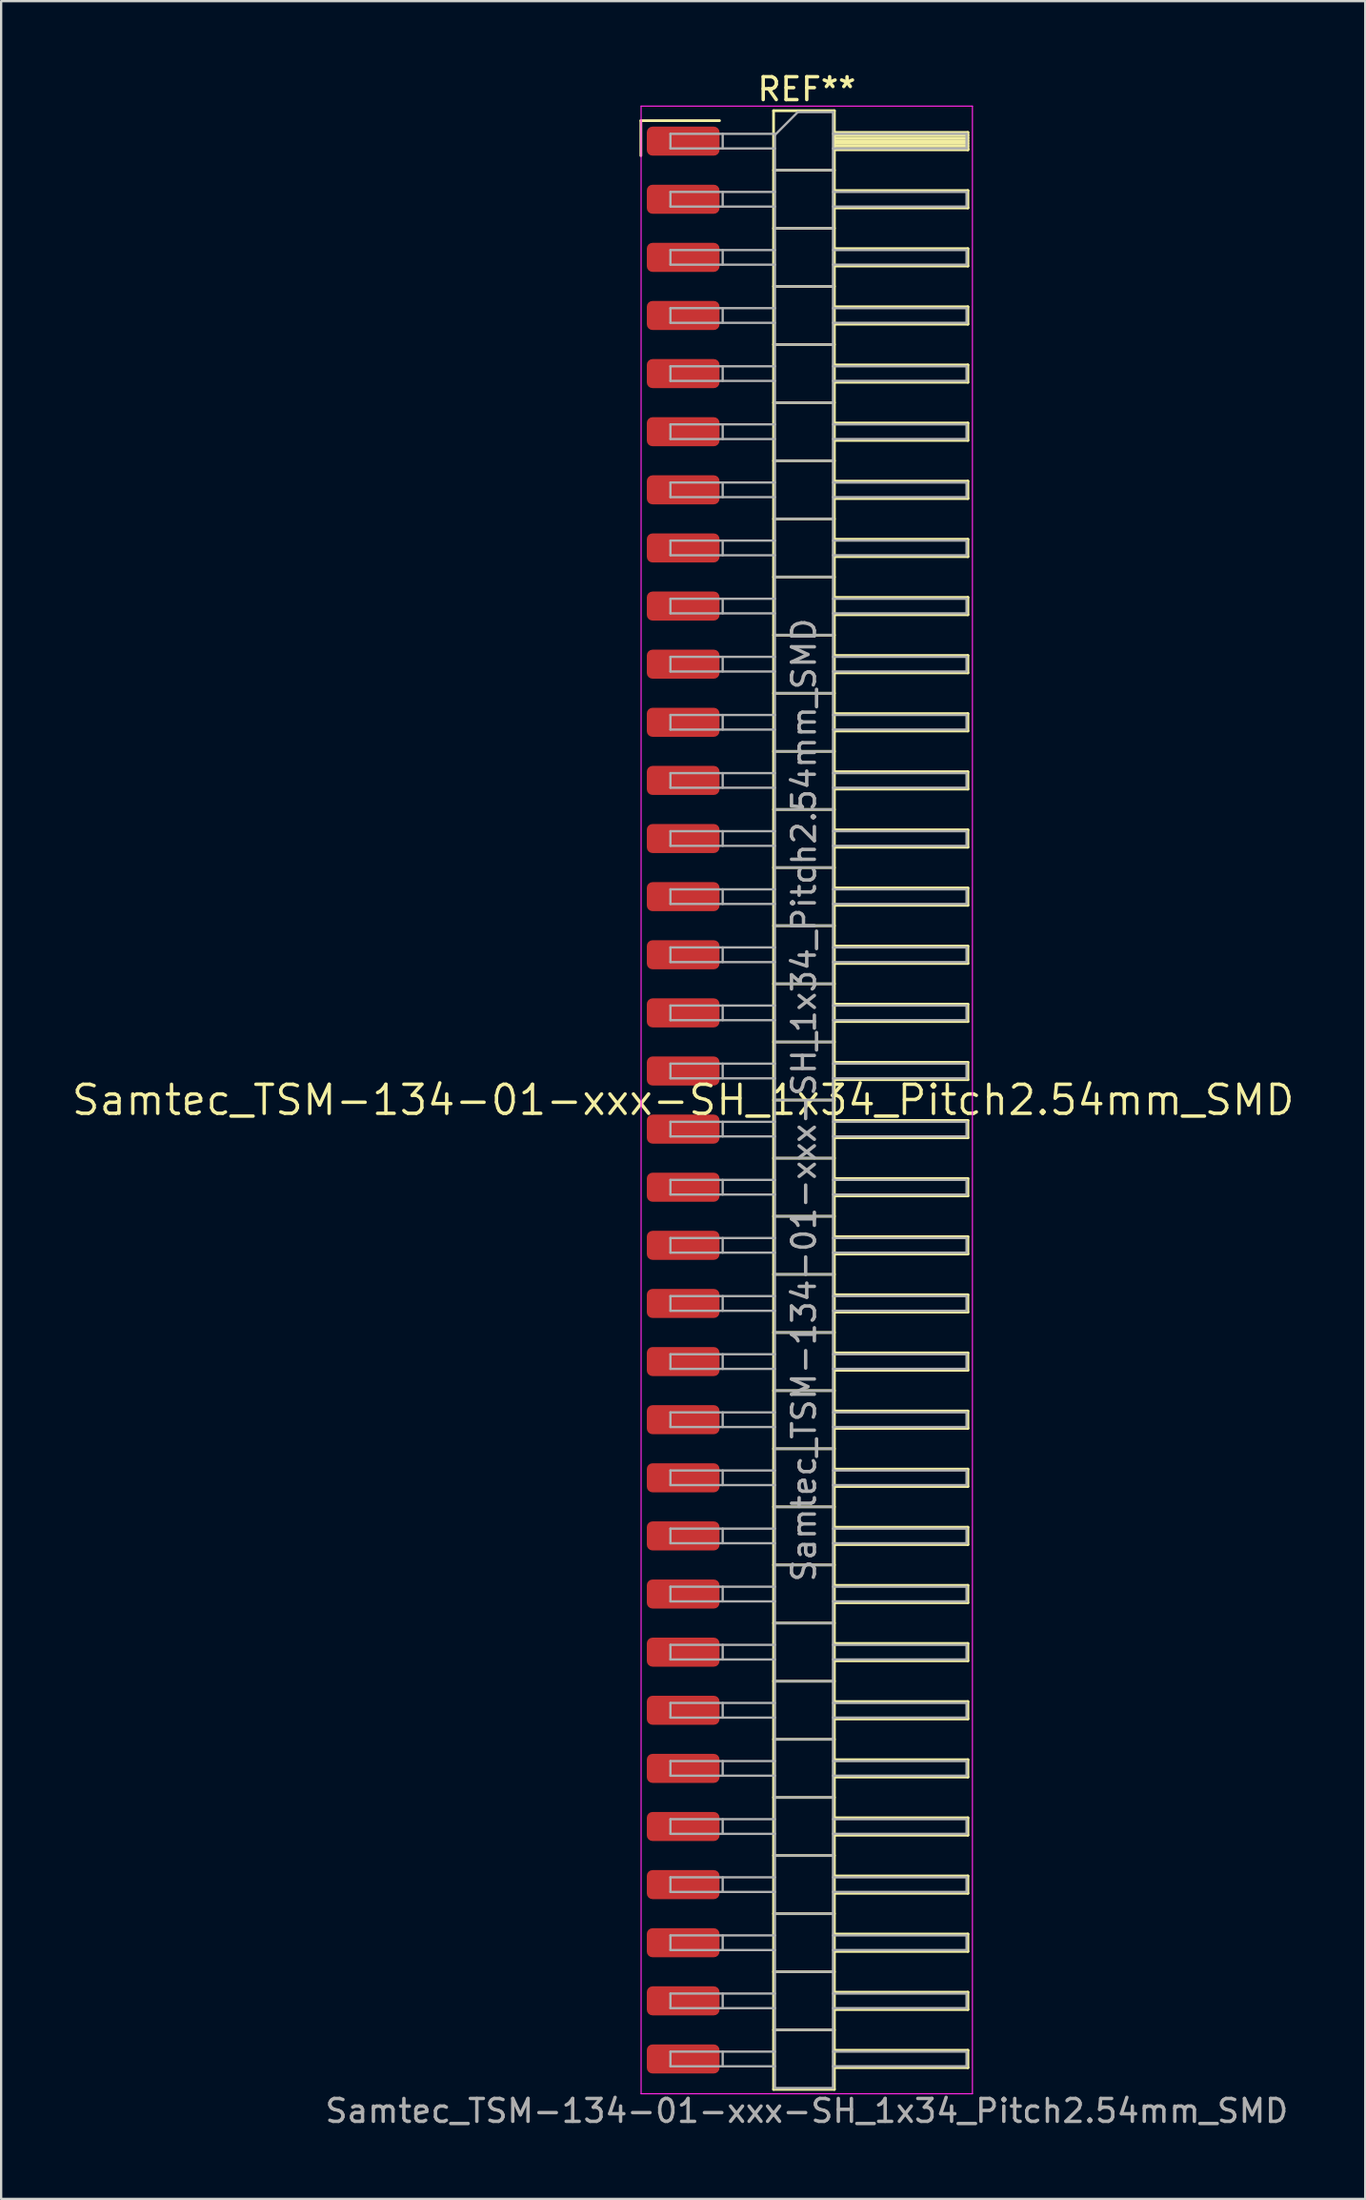
<source format=kicad_pcb>
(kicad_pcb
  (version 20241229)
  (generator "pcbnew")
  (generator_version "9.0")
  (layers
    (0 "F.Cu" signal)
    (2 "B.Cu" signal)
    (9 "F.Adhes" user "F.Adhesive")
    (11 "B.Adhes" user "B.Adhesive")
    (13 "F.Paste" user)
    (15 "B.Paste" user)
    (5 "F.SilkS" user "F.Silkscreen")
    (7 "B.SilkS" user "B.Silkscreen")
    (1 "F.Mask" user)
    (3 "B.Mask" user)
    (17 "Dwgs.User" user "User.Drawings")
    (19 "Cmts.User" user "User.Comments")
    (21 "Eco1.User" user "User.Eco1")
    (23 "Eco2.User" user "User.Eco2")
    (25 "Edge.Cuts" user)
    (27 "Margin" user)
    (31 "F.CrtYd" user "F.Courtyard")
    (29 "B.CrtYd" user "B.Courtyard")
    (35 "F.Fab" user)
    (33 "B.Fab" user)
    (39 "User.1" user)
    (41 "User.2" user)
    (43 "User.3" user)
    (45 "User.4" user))
  (footprint "Samtec_TSM-134-01-xxx-SH_1x34_Pitch2.54mm_SMD"
    (layer "F.Cu")
    (at 26.828 45.028)
    (property "Reference" "Samtec_TSM-134-01-xxx-SH_1x34_Pitch2.54mm_SMD" (at 0 0 0) (layer "F.SilkS") (effects (font (size 1.27 1.27) (thickness 0.15))))
    (attr smd)
    (fp_line (start -1.85 -42.805) (end 1.59 -42.805) (stroke (width 0.12) (type solid)) (layer "F.SilkS"))
    (fp_line (start -1.85 -41.275) (end -1.85 -42.805) (stroke (width 0.12) (type solid)) (layer "F.SilkS"))
    (fp_line (start 3.953 -43.24) (end 6.613 -43.24) (stroke (width 0.12) (type solid)) (layer "F.SilkS"))
    (fp_line (start 3.953 -40.64) (end 6.613 -40.64) (stroke (width 0.12) (type solid)) (layer "F.SilkS"))
    (fp_line (start 3.953 -38.1) (end 6.613 -38.1) (stroke (width 0.12) (type solid)) (layer "F.SilkS"))
    (fp_line (start 3.953 -35.56) (end 6.613 -35.56) (stroke (width 0.12) (type solid)) (layer "F.SilkS"))
    (fp_line (start 3.953 -33.02) (end 6.613 -33.02) (stroke (width 0.12) (type solid)) (layer "F.SilkS"))
    (fp_line (start 3.953 -30.48) (end 6.613 -30.48) (stroke (width 0.12) (type solid)) (layer "F.SilkS"))
    (fp_line (start 3.953 -27.94) (end 6.613 -27.94) (stroke (width 0.12) (type solid)) (layer "F.SilkS"))
    (fp_line (start 3.953 -25.4) (end 6.613 -25.4) (stroke (width 0.12) (type solid)) (layer "F.SilkS"))
    (fp_line (start 3.953 -22.86) (end 6.613 -22.86) (stroke (width 0.12) (type solid)) (layer "F.SilkS"))
    (fp_line (start 3.953 -20.32) (end 6.613 -20.32) (stroke (width 0.12) (type solid)) (layer "F.SilkS"))
    (fp_line (start 3.953 -17.78) (end 6.613 -17.78) (stroke (width 0.12) (type solid)) (layer "F.SilkS"))
    (fp_line (start 3.953 -15.24) (end 6.613 -15.24) (stroke (width 0.12) (type solid)) (layer "F.SilkS"))
    (fp_line (start 3.953 -12.7) (end 6.613 -12.7) (stroke (width 0.12) (type solid)) (layer "F.SilkS"))
    (fp_line (start 3.953 -10.16) (end 6.613 -10.16) (stroke (width 0.12) (type solid)) (layer "F.SilkS"))
    (fp_line (start 3.953 -7.62) (end 6.613 -7.62) (stroke (width 0.12) (type solid)) (layer "F.SilkS"))
    (fp_line (start 3.953 -5.08) (end 6.613 -5.08) (stroke (width 0.12) (type solid)) (layer "F.SilkS"))
    (fp_line (start 3.953 -2.54) (end 6.613 -2.54) (stroke (width 0.12) (type solid)) (layer "F.SilkS"))
    (fp_line (start 3.953 0) (end 6.613 0) (stroke (width 0.12) (type solid)) (layer "F.SilkS"))
    (fp_line (start 3.953 2.54) (end 6.613 2.54) (stroke (width 0.12) (type solid)) (layer "F.SilkS"))
    (fp_line (start 3.953 5.08) (end 6.613 5.08) (stroke (width 0.12) (type solid)) (layer "F.SilkS"))
    (fp_line (start 3.953 7.62) (end 6.613 7.62) (stroke (width 0.12) (type solid)) (layer "F.SilkS"))
    (fp_line (start 3.953 10.16) (end 6.613 10.16) (stroke (width 0.12) (type solid)) (layer "F.SilkS"))
    (fp_line (start 3.953 12.7) (end 6.613 12.7) (stroke (width 0.12) (type solid)) (layer "F.SilkS"))
    (fp_line (start 3.953 15.24) (end 6.613 15.24) (stroke (width 0.12) (type solid)) (layer "F.SilkS"))
    (fp_line (start 3.953 17.78) (end 6.613 17.78) (stroke (width 0.12) (type solid)) (layer "F.SilkS"))
    (fp_line (start 3.953 20.32) (end 6.613 20.32) (stroke (width 0.12) (type solid)) (layer "F.SilkS"))
    (fp_line (start 3.953 22.86) (end 6.613 22.86) (stroke (width 0.12) (type solid)) (layer "F.SilkS"))
    (fp_line (start 3.953 25.4) (end 6.613 25.4) (stroke (width 0.12) (type solid)) (layer "F.SilkS"))
    (fp_line (start 3.953 27.94) (end 6.613 27.94) (stroke (width 0.12) (type solid)) (layer "F.SilkS"))
    (fp_line (start 3.953 30.48) (end 6.613 30.48) (stroke (width 0.12) (type solid)) (layer "F.SilkS"))
    (fp_line (start 3.953 33.02) (end 6.613 33.02) (stroke (width 0.12) (type solid)) (layer "F.SilkS"))
    (fp_line (start 3.953 35.56) (end 6.613 35.56) (stroke (width 0.12) (type solid)) (layer "F.SilkS"))
    (fp_line (start 3.953 38.1) (end 6.613 38.1) (stroke (width 0.12) (type solid)) (layer "F.SilkS"))
    (fp_line (start 3.953 40.64) (end 6.613 40.64) (stroke (width 0.12) (type solid)) (layer "F.SilkS"))
    (fp_line (start 3.953 43.24) (end 3.953 -43.24) (stroke (width 0.12) (type solid)) (layer "F.SilkS"))
    (fp_line (start 6.613 -43.24) (end 6.613 43.24) (stroke (width 0.12) (type solid)) (layer "F.SilkS"))
    (fp_line (start 6.613 -42.29) (end 12.453 -42.29) (stroke (width 0.12) (type solid)) (layer "F.SilkS"))
    (fp_line (start 6.613 -42.17) (end 12.453 -42.17) (stroke (width 0.12) (type solid)) (layer "F.SilkS"))
    (fp_line (start 6.613 -42.05) (end 12.453 -42.05) (stroke (width 0.12) (type solid)) (layer "F.SilkS"))
    (fp_line (start 6.613 -41.93) (end 12.453 -41.93) (stroke (width 0.12) (type solid)) (layer "F.SilkS"))
    (fp_line (start 6.613 -41.81) (end 12.453 -41.81) (stroke (width 0.12) (type solid)) (layer "F.SilkS"))
    (fp_line (start 6.613 -41.69) (end 12.453 -41.69) (stroke (width 0.12) (type solid)) (layer "F.SilkS"))
    (fp_line (start 6.613 -41.57) (end 12.453 -41.57) (stroke (width 0.12) (type solid)) (layer "F.SilkS"))
    (fp_line (start 6.613 -41.53) (end 12.453 -41.53) (stroke (width 0.12) (type solid)) (layer "F.SilkS"))
    (fp_line (start 6.613 -39.75) (end 12.453 -39.75) (stroke (width 0.12) (type solid)) (layer "F.SilkS"))
    (fp_line (start 6.613 -38.99) (end 12.453 -38.99) (stroke (width 0.12) (type solid)) (layer "F.SilkS"))
    (fp_line (start 6.613 -37.21) (end 12.453 -37.21) (stroke (width 0.12) (type solid)) (layer "F.SilkS"))
    (fp_line (start 6.613 -36.45) (end 12.453 -36.45) (stroke (width 0.12) (type solid)) (layer "F.SilkS"))
    (fp_line (start 6.613 -34.67) (end 12.453 -34.67) (stroke (width 0.12) (type solid)) (layer "F.SilkS"))
    (fp_line (start 6.613 -33.91) (end 12.453 -33.91) (stroke (width 0.12) (type solid)) (layer "F.SilkS"))
    (fp_line (start 6.613 -32.13) (end 12.453 -32.13) (stroke (width 0.12) (type solid)) (layer "F.SilkS"))
    (fp_line (start 6.613 -31.37) (end 12.453 -31.37) (stroke (width 0.12) (type solid)) (layer "F.SilkS"))
    (fp_line (start 6.613 -29.59) (end 12.453 -29.59) (stroke (width 0.12) (type solid)) (layer "F.SilkS"))
    (fp_line (start 6.613 -28.83) (end 12.453 -28.83) (stroke (width 0.12) (type solid)) (layer "F.SilkS"))
    (fp_line (start 6.613 -27.05) (end 12.453 -27.05) (stroke (width 0.12) (type solid)) (layer "F.SilkS"))
    (fp_line (start 6.613 -26.29) (end 12.453 -26.29) (stroke (width 0.12) (type solid)) (layer "F.SilkS"))
    (fp_line (start 6.613 -24.51) (end 12.453 -24.51) (stroke (width 0.12) (type solid)) (layer "F.SilkS"))
    (fp_line (start 6.613 -23.75) (end 12.453 -23.75) (stroke (width 0.12) (type solid)) (layer "F.SilkS"))
    (fp_line (start 6.613 -21.97) (end 12.453 -21.97) (stroke (width 0.12) (type solid)) (layer "F.SilkS"))
    (fp_line (start 6.613 -21.21) (end 12.453 -21.21) (stroke (width 0.12) (type solid)) (layer "F.SilkS"))
    (fp_line (start 6.613 -19.43) (end 12.453 -19.43) (stroke (width 0.12) (type solid)) (layer "F.SilkS"))
    (fp_line (start 6.613 -18.67) (end 12.453 -18.67) (stroke (width 0.12) (type solid)) (layer "F.SilkS"))
    (fp_line (start 6.613 -16.89) (end 12.453 -16.89) (stroke (width 0.12) (type solid)) (layer "F.SilkS"))
    (fp_line (start 6.613 -16.13) (end 12.453 -16.13) (stroke (width 0.12) (type solid)) (layer "F.SilkS"))
    (fp_line (start 6.613 -14.35) (end 12.453 -14.35) (stroke (width 0.12) (type solid)) (layer "F.SilkS"))
    (fp_line (start 6.613 -13.59) (end 12.453 -13.59) (stroke (width 0.12) (type solid)) (layer "F.SilkS"))
    (fp_line (start 6.613 -11.81) (end 12.453 -11.81) (stroke (width 0.12) (type solid)) (layer "F.SilkS"))
    (fp_line (start 6.613 -11.05) (end 12.453 -11.05) (stroke (width 0.12) (type solid)) (layer "F.SilkS"))
    (fp_line (start 6.613 -9.27) (end 12.453 -9.27) (stroke (width 0.12) (type solid)) (layer "F.SilkS"))
    (fp_line (start 6.613 -8.51) (end 12.453 -8.51) (stroke (width 0.12) (type solid)) (layer "F.SilkS"))
    (fp_line (start 6.613 -6.73) (end 12.453 -6.73) (stroke (width 0.12) (type solid)) (layer "F.SilkS"))
    (fp_line (start 6.613 -5.97) (end 12.453 -5.97) (stroke (width 0.12) (type solid)) (layer "F.SilkS"))
    (fp_line (start 6.613 -4.19) (end 12.453 -4.19) (stroke (width 0.12) (type solid)) (layer "F.SilkS"))
    (fp_line (start 6.613 -3.43) (end 12.453 -3.43) (stroke (width 0.12) (type solid)) (layer "F.SilkS"))
    (fp_line (start 6.613 -1.65) (end 12.453 -1.65) (stroke (width 0.12) (type solid)) (layer "F.SilkS"))
    (fp_line (start 6.613 -0.89) (end 12.453 -0.89) (stroke (width 0.12) (type solid)) (layer "F.SilkS"))
    (fp_line (start 6.613 0.89) (end 12.453 0.89) (stroke (width 0.12) (type solid)) (layer "F.SilkS"))
    (fp_line (start 6.613 1.65) (end 12.453 1.65) (stroke (width 0.12) (type solid)) (layer "F.SilkS"))
    (fp_line (start 6.613 3.43) (end 12.453 3.43) (stroke (width 0.12) (type solid)) (layer "F.SilkS"))
    (fp_line (start 6.613 4.19) (end 12.453 4.19) (stroke (width 0.12) (type solid)) (layer "F.SilkS"))
    (fp_line (start 6.613 5.97) (end 12.453 5.97) (stroke (width 0.12) (type solid)) (layer "F.SilkS"))
    (fp_line (start 6.613 6.73) (end 12.453 6.73) (stroke (width 0.12) (type solid)) (layer "F.SilkS"))
    (fp_line (start 6.613 8.51) (end 12.453 8.51) (stroke (width 0.12) (type solid)) (layer "F.SilkS"))
    (fp_line (start 6.613 9.27) (end 12.453 9.27) (stroke (width 0.12) (type solid)) (layer "F.SilkS"))
    (fp_line (start 6.613 11.05) (end 12.453 11.05) (stroke (width 0.12) (type solid)) (layer "F.SilkS"))
    (fp_line (start 6.613 11.81) (end 12.453 11.81) (stroke (width 0.12) (type solid)) (layer "F.SilkS"))
    (fp_line (start 6.613 13.59) (end 12.453 13.59) (stroke (width 0.12) (type solid)) (layer "F.SilkS"))
    (fp_line (start 6.613 14.35) (end 12.453 14.35) (stroke (width 0.12) (type solid)) (layer "F.SilkS"))
    (fp_line (start 6.613 16.13) (end 12.453 16.13) (stroke (width 0.12) (type solid)) (layer "F.SilkS"))
    (fp_line (start 6.613 16.89) (end 12.453 16.89) (stroke (width 0.12) (type solid)) (layer "F.SilkS"))
    (fp_line (start 6.613 18.67) (end 12.453 18.67) (stroke (width 0.12) (type solid)) (layer "F.SilkS"))
    (fp_line (start 6.613 19.43) (end 12.453 19.43) (stroke (width 0.12) (type solid)) (layer "F.SilkS"))
    (fp_line (start 6.613 21.21) (end 12.453 21.21) (stroke (width 0.12) (type solid)) (layer "F.SilkS"))
    (fp_line (start 6.613 21.97) (end 12.453 21.97) (stroke (width 0.12) (type solid)) (layer "F.SilkS"))
    (fp_line (start 6.613 23.75) (end 12.453 23.75) (stroke (width 0.12) (type solid)) (layer "F.SilkS"))
    (fp_line (start 6.613 24.51) (end 12.453 24.51) (stroke (width 0.12) (type solid)) (layer "F.SilkS"))
    (fp_line (start 6.613 26.29) (end 12.453 26.29) (stroke (width 0.12) (type solid)) (layer "F.SilkS"))
    (fp_line (start 6.613 27.05) (end 12.453 27.05) (stroke (width 0.12) (type solid)) (layer "F.SilkS"))
    (fp_line (start 6.613 28.83) (end 12.453 28.83) (stroke (width 0.12) (type solid)) (layer "F.SilkS"))
    (fp_line (start 6.613 29.59) (end 12.453 29.59) (stroke (width 0.12) (type solid)) (layer "F.SilkS"))
    (fp_line (start 6.613 31.37) (end 12.453 31.37) (stroke (width 0.12) (type solid)) (layer "F.SilkS"))
    (fp_line (start 6.613 32.13) (end 12.453 32.13) (stroke (width 0.12) (type solid)) (layer "F.SilkS"))
    (fp_line (start 6.613 33.91) (end 12.453 33.91) (stroke (width 0.12) (type solid)) (layer "F.SilkS"))
    (fp_line (start 6.613 34.67) (end 12.453 34.67) (stroke (width 0.12) (type solid)) (layer "F.SilkS"))
    (fp_line (start 6.613 36.45) (end 12.453 36.45) (stroke (width 0.12) (type solid)) (layer "F.SilkS"))
    (fp_line (start 6.613 37.21) (end 12.453 37.21) (stroke (width 0.12) (type solid)) (layer "F.SilkS"))
    (fp_line (start 6.613 38.99) (end 12.453 38.99) (stroke (width 0.12) (type solid)) (layer "F.SilkS"))
    (fp_line (start 6.613 39.75) (end 12.453 39.75) (stroke (width 0.12) (type solid)) (layer "F.SilkS"))
    (fp_line (start 6.613 41.53) (end 12.453 41.53) (stroke (width 0.12) (type solid)) (layer "F.SilkS"))
    (fp_line (start 6.613 42.29) (end 12.453 42.29) (stroke (width 0.12) (type solid)) (layer "F.SilkS"))
    (fp_line (start 6.613 43.24) (end 3.953 43.24) (stroke (width 0.12) (type solid)) (layer "F.SilkS"))
    (fp_line (start 12.453 -42.29) (end 12.453 -41.53) (stroke (width 0.12) (type solid)) (layer "F.SilkS"))
    (fp_line (start 12.453 -39.75) (end 12.453 -38.99) (stroke (width 0.12) (type solid)) (layer "F.SilkS"))
    (fp_line (start 12.453 -37.21) (end 12.453 -36.45) (stroke (width 0.12) (type solid)) (layer "F.SilkS"))
    (fp_line (start 12.453 -34.67) (end 12.453 -33.91) (stroke (width 0.12) (type solid)) (layer "F.SilkS"))
    (fp_line (start 12.453 -32.13) (end 12.453 -31.37) (stroke (width 0.12) (type solid)) (layer "F.SilkS"))
    (fp_line (start 12.453 -29.59) (end 12.453 -28.83) (stroke (width 0.12) (type solid)) (layer "F.SilkS"))
    (fp_line (start 12.453 -27.05) (end 12.453 -26.29) (stroke (width 0.12) (type solid)) (layer "F.SilkS"))
    (fp_line (start 12.453 -24.51) (end 12.453 -23.75) (stroke (width 0.12) (type solid)) (layer "F.SilkS"))
    (fp_line (start 12.453 -21.97) (end 12.453 -21.21) (stroke (width 0.12) (type solid)) (layer "F.SilkS"))
    (fp_line (start 12.453 -19.43) (end 12.453 -18.67) (stroke (width 0.12) (type solid)) (layer "F.SilkS"))
    (fp_line (start 12.453 -16.89) (end 12.453 -16.13) (stroke (width 0.12) (type solid)) (layer "F.SilkS"))
    (fp_line (start 12.453 -14.35) (end 12.453 -13.59) (stroke (width 0.12) (type solid)) (layer "F.SilkS"))
    (fp_line (start 12.453 -11.81) (end 12.453 -11.05) (stroke (width 0.12) (type solid)) (layer "F.SilkS"))
    (fp_line (start 12.453 -9.27) (end 12.453 -8.51) (stroke (width 0.12) (type solid)) (layer "F.SilkS"))
    (fp_line (start 12.453 -6.73) (end 12.453 -5.97) (stroke (width 0.12) (type solid)) (layer "F.SilkS"))
    (fp_line (start 12.453 -4.19) (end 12.453 -3.43) (stroke (width 0.12) (type solid)) (layer "F.SilkS"))
    (fp_line (start 12.453 -1.65) (end 12.453 -0.89) (stroke (width 0.12) (type solid)) (layer "F.SilkS"))
    (fp_line (start 12.453 0.89) (end 12.453 1.65) (stroke (width 0.12) (type solid)) (layer "F.SilkS"))
    (fp_line (start 12.453 3.43) (end 12.453 4.19) (stroke (width 0.12) (type solid)) (layer "F.SilkS"))
    (fp_line (start 12.453 5.97) (end 12.453 6.73) (stroke (width 0.12) (type solid)) (layer "F.SilkS"))
    (fp_line (start 12.453 8.51) (end 12.453 9.27) (stroke (width 0.12) (type solid)) (layer "F.SilkS"))
    (fp_line (start 12.453 11.05) (end 12.453 11.81) (stroke (width 0.12) (type solid)) (layer "F.SilkS"))
    (fp_line (start 12.453 13.59) (end 12.453 14.35) (stroke (width 0.12) (type solid)) (layer "F.SilkS"))
    (fp_line (start 12.453 16.13) (end 12.453 16.89) (stroke (width 0.12) (type solid)) (layer "F.SilkS"))
    (fp_line (start 12.453 18.67) (end 12.453 19.43) (stroke (width 0.12) (type solid)) (layer "F.SilkS"))
    (fp_line (start 12.453 21.21) (end 12.453 21.97) (stroke (width 0.12) (type solid)) (layer "F.SilkS"))
    (fp_line (start 12.453 23.75) (end 12.453 24.51) (stroke (width 0.12) (type solid)) (layer "F.SilkS"))
    (fp_line (start 12.453 26.29) (end 12.453 27.05) (stroke (width 0.12) (type solid)) (layer "F.SilkS"))
    (fp_line (start 12.453 28.83) (end 12.453 29.59) (stroke (width 0.12) (type solid)) (layer "F.SilkS"))
    (fp_line (start 12.453 31.37) (end 12.453 32.13) (stroke (width 0.12) (type solid)) (layer "F.SilkS"))
    (fp_line (start 12.453 33.91) (end 12.453 34.67) (stroke (width 0.12) (type solid)) (layer "F.SilkS"))
    (fp_line (start 12.453 36.45) (end 12.453 37.21) (stroke (width 0.12) (type solid)) (layer "F.SilkS"))
    (fp_line (start 12.453 38.99) (end 12.453 39.75) (stroke (width 0.12) (type solid)) (layer "F.SilkS"))
    (fp_line (start 12.453 41.53) (end 12.453 42.29) (stroke (width 0.12) (type solid)) (layer "F.SilkS"))
    (fp_line (start -1.84 -43.44) (end 12.65 -43.44) (stroke (width 0.05) (type solid)) (layer "F.CrtYd"))
    (fp_line (start -1.84 43.43) (end -1.84 -43.44) (stroke (width 0.05) (type solid)) (layer "F.CrtYd"))
    (fp_line (start 12.65 -43.44) (end 12.65 43.43) (stroke (width 0.05) (type solid)) (layer "F.CrtYd"))
    (fp_line (start 12.65 43.43) (end -1.84 43.43) (stroke (width 0.05) (type solid)) (layer "F.CrtYd"))
    (fp_line (start -0.557 -42.23) (end -0.557 -41.59) (stroke (width 0.1) (type solid)) (layer "F.Fab"))
    (fp_line (start -0.557 -42.23) (end 4.013 -42.23) (stroke (width 0.1) (type solid)) (layer "F.Fab"))
    (fp_line (start -0.557 -41.59) (end 4.013 -41.59) (stroke (width 0.1) (type solid)) (layer "F.Fab"))
    (fp_line (start -0.557 -39.69) (end -0.557 -39.05) (stroke (width 0.1) (type solid)) (layer "F.Fab"))
    (fp_line (start -0.557 -39.69) (end 4.013 -39.69) (stroke (width 0.1) (type solid)) (layer "F.Fab"))
    (fp_line (start -0.557 -39.05) (end 4.013 -39.05) (stroke (width 0.1) (type solid)) (layer "F.Fab"))
    (fp_line (start -0.557 -37.15) (end -0.557 -36.51) (stroke (width 0.1) (type solid)) (layer "F.Fab"))
    (fp_line (start -0.557 -37.15) (end 4.013 -37.15) (stroke (width 0.1) (type solid)) (layer "F.Fab"))
    (fp_line (start -0.557 -36.51) (end 4.013 -36.51) (stroke (width 0.1) (type solid)) (layer "F.Fab"))
    (fp_line (start -0.557 -34.61) (end -0.557 -33.97) (stroke (width 0.1) (type solid)) (layer "F.Fab"))
    (fp_line (start -0.557 -34.61) (end 4.013 -34.61) (stroke (width 0.1) (type solid)) (layer "F.Fab"))
    (fp_line (start -0.557 -33.97) (end 4.013 -33.97) (stroke (width 0.1) (type solid)) (layer "F.Fab"))
    (fp_line (start -0.557 -32.07) (end -0.557 -31.43) (stroke (width 0.1) (type solid)) (layer "F.Fab"))
    (fp_line (start -0.557 -32.07) (end 4.013 -32.07) (stroke (width 0.1) (type solid)) (layer "F.Fab"))
    (fp_line (start -0.557 -31.43) (end 4.013 -31.43) (stroke (width 0.1) (type solid)) (layer "F.Fab"))
    (fp_line (start -0.557 -29.53) (end -0.557 -28.89) (stroke (width 0.1) (type solid)) (layer "F.Fab"))
    (fp_line (start -0.557 -29.53) (end 4.013 -29.53) (stroke (width 0.1) (type solid)) (layer "F.Fab"))
    (fp_line (start -0.557 -28.89) (end 4.013 -28.89) (stroke (width 0.1) (type solid)) (layer "F.Fab"))
    (fp_line (start -0.557 -26.99) (end -0.557 -26.35) (stroke (width 0.1) (type solid)) (layer "F.Fab"))
    (fp_line (start -0.557 -26.99) (end 4.013 -26.99) (stroke (width 0.1) (type solid)) (layer "F.Fab"))
    (fp_line (start -0.557 -26.35) (end 4.013 -26.35) (stroke (width 0.1) (type solid)) (layer "F.Fab"))
    (fp_line (start -0.557 -24.45) (end -0.557 -23.81) (stroke (width 0.1) (type solid)) (layer "F.Fab"))
    (fp_line (start -0.557 -24.45) (end 4.013 -24.45) (stroke (width 0.1) (type solid)) (layer "F.Fab"))
    (fp_line (start -0.557 -23.81) (end 4.013 -23.81) (stroke (width 0.1) (type solid)) (layer "F.Fab"))
    (fp_line (start -0.557 -21.91) (end -0.557 -21.27) (stroke (width 0.1) (type solid)) (layer "F.Fab"))
    (fp_line (start -0.557 -21.91) (end 4.013 -21.91) (stroke (width 0.1) (type solid)) (layer "F.Fab"))
    (fp_line (start -0.557 -21.27) (end 4.013 -21.27) (stroke (width 0.1) (type solid)) (layer "F.Fab"))
    (fp_line (start -0.557 -19.37) (end -0.557 -18.73) (stroke (width 0.1) (type solid)) (layer "F.Fab"))
    (fp_line (start -0.557 -19.37) (end 4.013 -19.37) (stroke (width 0.1) (type solid)) (layer "F.Fab"))
    (fp_line (start -0.557 -18.73) (end 4.013 -18.73) (stroke (width 0.1) (type solid)) (layer "F.Fab"))
    (fp_line (start -0.557 -16.83) (end -0.557 -16.19) (stroke (width 0.1) (type solid)) (layer "F.Fab"))
    (fp_line (start -0.557 -16.83) (end 4.013 -16.83) (stroke (width 0.1) (type solid)) (layer "F.Fab"))
    (fp_line (start -0.557 -16.19) (end 4.013 -16.19) (stroke (width 0.1) (type solid)) (layer "F.Fab"))
    (fp_line (start -0.557 -14.29) (end -0.557 -13.65) (stroke (width 0.1) (type solid)) (layer "F.Fab"))
    (fp_line (start -0.557 -14.29) (end 4.013 -14.29) (stroke (width 0.1) (type solid)) (layer "F.Fab"))
    (fp_line (start -0.557 -13.65) (end 4.013 -13.65) (stroke (width 0.1) (type solid)) (layer "F.Fab"))
    (fp_line (start -0.557 -11.75) (end -0.557 -11.11) (stroke (width 0.1) (type solid)) (layer "F.Fab"))
    (fp_line (start -0.557 -11.75) (end 4.013 -11.75) (stroke (width 0.1) (type solid)) (layer "F.Fab"))
    (fp_line (start -0.557 -11.11) (end 4.013 -11.11) (stroke (width 0.1) (type solid)) (layer "F.Fab"))
    (fp_line (start -0.557 -9.21) (end -0.557 -8.57) (stroke (width 0.1) (type solid)) (layer "F.Fab"))
    (fp_line (start -0.557 -9.21) (end 4.013 -9.21) (stroke (width 0.1) (type solid)) (layer "F.Fab"))
    (fp_line (start -0.557 -8.57) (end 4.013 -8.57) (stroke (width 0.1) (type solid)) (layer "F.Fab"))
    (fp_line (start -0.557 -6.67) (end -0.557 -6.03) (stroke (width 0.1) (type solid)) (layer "F.Fab"))
    (fp_line (start -0.557 -6.67) (end 4.013 -6.67) (stroke (width 0.1) (type solid)) (layer "F.Fab"))
    (fp_line (start -0.557 -6.03) (end 4.013 -6.03) (stroke (width 0.1) (type solid)) (layer "F.Fab"))
    (fp_line (start -0.557 -4.13) (end -0.557 -3.49) (stroke (width 0.1) (type solid)) (layer "F.Fab"))
    (fp_line (start -0.557 -4.13) (end 4.013 -4.13) (stroke (width 0.1) (type solid)) (layer "F.Fab"))
    (fp_line (start -0.557 -3.49) (end 4.013 -3.49) (stroke (width 0.1) (type solid)) (layer "F.Fab"))
    (fp_line (start -0.557 -1.59) (end -0.557 -0.95) (stroke (width 0.1) (type solid)) (layer "F.Fab"))
    (fp_line (start -0.557 -1.59) (end 4.013 -1.59) (stroke (width 0.1) (type solid)) (layer "F.Fab"))
    (fp_line (start -0.557 -0.95) (end 4.013 -0.95) (stroke (width 0.1) (type solid)) (layer "F.Fab"))
    (fp_line (start -0.557 0.95) (end -0.557 1.59) (stroke (width 0.1) (type solid)) (layer "F.Fab"))
    (fp_line (start -0.557 0.95) (end 4.013 0.95) (stroke (width 0.1) (type solid)) (layer "F.Fab"))
    (fp_line (start -0.557 1.59) (end 4.013 1.59) (stroke (width 0.1) (type solid)) (layer "F.Fab"))
    (fp_line (start -0.557 3.49) (end -0.557 4.13) (stroke (width 0.1) (type solid)) (layer "F.Fab"))
    (fp_line (start -0.557 3.49) (end 4.013 3.49) (stroke (width 0.1) (type solid)) (layer "F.Fab"))
    (fp_line (start -0.557 4.13) (end 4.013 4.13) (stroke (width 0.1) (type solid)) (layer "F.Fab"))
    (fp_line (start -0.557 6.03) (end -0.557 6.67) (stroke (width 0.1) (type solid)) (layer "F.Fab"))
    (fp_line (start -0.557 6.03) (end 4.013 6.03) (stroke (width 0.1) (type solid)) (layer "F.Fab"))
    (fp_line (start -0.557 6.67) (end 4.013 6.67) (stroke (width 0.1) (type solid)) (layer "F.Fab"))
    (fp_line (start -0.557 8.57) (end -0.557 9.21) (stroke (width 0.1) (type solid)) (layer "F.Fab"))
    (fp_line (start -0.557 8.57) (end 4.013 8.57) (stroke (width 0.1) (type solid)) (layer "F.Fab"))
    (fp_line (start -0.557 9.21) (end 4.013 9.21) (stroke (width 0.1) (type solid)) (layer "F.Fab"))
    (fp_line (start -0.557 11.11) (end -0.557 11.75) (stroke (width 0.1) (type solid)) (layer "F.Fab"))
    (fp_line (start -0.557 11.11) (end 4.013 11.11) (stroke (width 0.1) (type solid)) (layer "F.Fab"))
    (fp_line (start -0.557 11.75) (end 4.013 11.75) (stroke (width 0.1) (type solid)) (layer "F.Fab"))
    (fp_line (start -0.557 13.65) (end -0.557 14.29) (stroke (width 0.1) (type solid)) (layer "F.Fab"))
    (fp_line (start -0.557 13.65) (end 4.013 13.65) (stroke (width 0.1) (type solid)) (layer "F.Fab"))
    (fp_line (start -0.557 14.29) (end 4.013 14.29) (stroke (width 0.1) (type solid)) (layer "F.Fab"))
    (fp_line (start -0.557 16.19) (end -0.557 16.83) (stroke (width 0.1) (type solid)) (layer "F.Fab"))
    (fp_line (start -0.557 16.19) (end 4.013 16.19) (stroke (width 0.1) (type solid)) (layer "F.Fab"))
    (fp_line (start -0.557 16.83) (end 4.013 16.83) (stroke (width 0.1) (type solid)) (layer "F.Fab"))
    (fp_line (start -0.557 18.73) (end -0.557 19.37) (stroke (width 0.1) (type solid)) (layer "F.Fab"))
    (fp_line (start -0.557 18.73) (end 4.013 18.73) (stroke (width 0.1) (type solid)) (layer "F.Fab"))
    (fp_line (start -0.557 19.37) (end 4.013 19.37) (stroke (width 0.1) (type solid)) (layer "F.Fab"))
    (fp_line (start -0.557 21.27) (end -0.557 21.91) (stroke (width 0.1) (type solid)) (layer "F.Fab"))
    (fp_line (start -0.557 21.27) (end 4.013 21.27) (stroke (width 0.1) (type solid)) (layer "F.Fab"))
    (fp_line (start -0.557 21.91) (end 4.013 21.91) (stroke (width 0.1) (type solid)) (layer "F.Fab"))
    (fp_line (start -0.557 23.81) (end -0.557 24.45) (stroke (width 0.1) (type solid)) (layer "F.Fab"))
    (fp_line (start -0.557 23.81) (end 4.013 23.81) (stroke (width 0.1) (type solid)) (layer "F.Fab"))
    (fp_line (start -0.557 24.45) (end 4.013 24.45) (stroke (width 0.1) (type solid)) (layer "F.Fab"))
    (fp_line (start -0.557 26.35) (end -0.557 26.99) (stroke (width 0.1) (type solid)) (layer "F.Fab"))
    (fp_line (start -0.557 26.35) (end 4.013 26.35) (stroke (width 0.1) (type solid)) (layer "F.Fab"))
    (fp_line (start -0.557 26.99) (end 4.013 26.99) (stroke (width 0.1) (type solid)) (layer "F.Fab"))
    (fp_line (start -0.557 28.89) (end -0.557 29.53) (stroke (width 0.1) (type solid)) (layer "F.Fab"))
    (fp_line (start -0.557 28.89) (end 4.013 28.89) (stroke (width 0.1) (type solid)) (layer "F.Fab"))
    (fp_line (start -0.557 29.53) (end 4.013 29.53) (stroke (width 0.1) (type solid)) (layer "F.Fab"))
    (fp_line (start -0.557 31.43) (end -0.557 32.07) (stroke (width 0.1) (type solid)) (layer "F.Fab"))
    (fp_line (start -0.557 31.43) (end 4.013 31.43) (stroke (width 0.1) (type solid)) (layer "F.Fab"))
    (fp_line (start -0.557 32.07) (end 4.013 32.07) (stroke (width 0.1) (type solid)) (layer "F.Fab"))
    (fp_line (start -0.557 33.97) (end -0.557 34.61) (stroke (width 0.1) (type solid)) (layer "F.Fab"))
    (fp_line (start -0.557 33.97) (end 4.013 33.97) (stroke (width 0.1) (type solid)) (layer "F.Fab"))
    (fp_line (start -0.557 34.61) (end 4.013 34.61) (stroke (width 0.1) (type solid)) (layer "F.Fab"))
    (fp_line (start -0.557 36.51) (end -0.557 37.15) (stroke (width 0.1) (type solid)) (layer "F.Fab"))
    (fp_line (start -0.557 36.51) (end 4.013 36.51) (stroke (width 0.1) (type solid)) (layer "F.Fab"))
    (fp_line (start -0.557 37.15) (end 4.013 37.15) (stroke (width 0.1) (type solid)) (layer "F.Fab"))
    (fp_line (start -0.557 39.05) (end -0.557 39.69) (stroke (width 0.1) (type solid)) (layer "F.Fab"))
    (fp_line (start -0.557 39.05) (end 4.013 39.05) (stroke (width 0.1) (type solid)) (layer "F.Fab"))
    (fp_line (start -0.557 39.69) (end 4.013 39.69) (stroke (width 0.1) (type solid)) (layer "F.Fab"))
    (fp_line (start -0.557 41.59) (end -0.557 42.23) (stroke (width 0.1) (type solid)) (layer "F.Fab"))
    (fp_line (start -0.557 41.59) (end 4.013 41.59) (stroke (width 0.1) (type solid)) (layer "F.Fab"))
    (fp_line (start -0.557 42.23) (end 4.013 42.23) (stroke (width 0.1) (type solid)) (layer "F.Fab"))
    (fp_line (start 1.728 -42.23) (end 1.728 -41.59) (stroke (width 0.1) (type solid)) (layer "F.Fab"))
    (fp_line (start 1.728 -39.69) (end 1.728 -39.05) (stroke (width 0.1) (type solid)) (layer "F.Fab"))
    (fp_line (start 1.728 -37.15) (end 1.728 -36.51) (stroke (width 0.1) (type solid)) (layer "F.Fab"))
    (fp_line (start 1.728 -34.61) (end 1.728 -33.97) (stroke (width 0.1) (type solid)) (layer "F.Fab"))
    (fp_line (start 1.728 -32.07) (end 1.728 -31.43) (stroke (width 0.1) (type solid)) (layer "F.Fab"))
    (fp_line (start 1.728 -29.53) (end 1.728 -28.89) (stroke (width 0.1) (type solid)) (layer "F.Fab"))
    (fp_line (start 1.728 -26.99) (end 1.728 -26.35) (stroke (width 0.1) (type solid)) (layer "F.Fab"))
    (fp_line (start 1.728 -24.45) (end 1.728 -23.81) (stroke (width 0.1) (type solid)) (layer "F.Fab"))
    (fp_line (start 1.728 -21.91) (end 1.728 -21.27) (stroke (width 0.1) (type solid)) (layer "F.Fab"))
    (fp_line (start 1.728 -19.37) (end 1.728 -18.73) (stroke (width 0.1) (type solid)) (layer "F.Fab"))
    (fp_line (start 1.728 -16.83) (end 1.728 -16.19) (stroke (width 0.1) (type solid)) (layer "F.Fab"))
    (fp_line (start 1.728 -14.29) (end 1.728 -13.65) (stroke (width 0.1) (type solid)) (layer "F.Fab"))
    (fp_line (start 1.728 -11.75) (end 1.728 -11.11) (stroke (width 0.1) (type solid)) (layer "F.Fab"))
    (fp_line (start 1.728 -9.21) (end 1.728 -8.57) (stroke (width 0.1) (type solid)) (layer "F.Fab"))
    (fp_line (start 1.728 -6.67) (end 1.728 -6.03) (stroke (width 0.1) (type solid)) (layer "F.Fab"))
    (fp_line (start 1.728 -4.13) (end 1.728 -3.49) (stroke (width 0.1) (type solid)) (layer "F.Fab"))
    (fp_line (start 1.728 -1.59) (end 1.728 -0.95) (stroke (width 0.1) (type solid)) (layer "F.Fab"))
    (fp_line (start 1.728 0.95) (end 1.728 1.59) (stroke (width 0.1) (type solid)) (layer "F.Fab"))
    (fp_line (start 1.728 3.49) (end 1.728 4.13) (stroke (width 0.1) (type solid)) (layer "F.Fab"))
    (fp_line (start 1.728 6.03) (end 1.728 6.67) (stroke (width 0.1) (type solid)) (layer "F.Fab"))
    (fp_line (start 1.728 8.57) (end 1.728 9.21) (stroke (width 0.1) (type solid)) (layer "F.Fab"))
    (fp_line (start 1.728 11.11) (end 1.728 11.75) (stroke (width 0.1) (type solid)) (layer "F.Fab"))
    (fp_line (start 1.728 13.65) (end 1.728 14.29) (stroke (width 0.1) (type solid)) (layer "F.Fab"))
    (fp_line (start 1.728 16.19) (end 1.728 16.83) (stroke (width 0.1) (type solid)) (layer "F.Fab"))
    (fp_line (start 1.728 18.73) (end 1.728 19.37) (stroke (width 0.1) (type solid)) (layer "F.Fab"))
    (fp_line (start 1.728 21.27) (end 1.728 21.91) (stroke (width 0.1) (type solid)) (layer "F.Fab"))
    (fp_line (start 1.728 23.81) (end 1.728 24.45) (stroke (width 0.1) (type solid)) (layer "F.Fab"))
    (fp_line (start 1.728 26.35) (end 1.728 26.99) (stroke (width 0.1) (type solid)) (layer "F.Fab"))
    (fp_line (start 1.728 28.89) (end 1.728 29.53) (stroke (width 0.1) (type solid)) (layer "F.Fab"))
    (fp_line (start 1.728 31.43) (end 1.728 32.07) (stroke (width 0.1) (type solid)) (layer "F.Fab"))
    (fp_line (start 1.728 33.97) (end 1.728 34.61) (stroke (width 0.1) (type solid)) (layer "F.Fab"))
    (fp_line (start 1.728 36.51) (end 1.728 37.15) (stroke (width 0.1) (type solid)) (layer "F.Fab"))
    (fp_line (start 1.728 39.05) (end 1.728 39.69) (stroke (width 0.1) (type solid)) (layer "F.Fab"))
    (fp_line (start 1.728 41.59) (end 1.728 42.23) (stroke (width 0.1) (type solid)) (layer "F.Fab"))
    (fp_line (start 4.013 -42.18) (end 5.013 -43.18) (stroke (width 0.1) (type solid)) (layer "F.Fab"))
    (fp_line (start 4.013 -40.64) (end 6.553 -40.64) (stroke (width 0.1) (type solid)) (layer "F.Fab"))
    (fp_line (start 4.013 -38.1) (end 6.553 -38.1) (stroke (width 0.1) (type solid)) (layer "F.Fab"))
    (fp_line (start 4.013 -35.56) (end 6.553 -35.56) (stroke (width 0.1) (type solid)) (layer "F.Fab"))
    (fp_line (start 4.013 -33.02) (end 6.553 -33.02) (stroke (width 0.1) (type solid)) (layer "F.Fab"))
    (fp_line (start 4.013 -30.48) (end 6.553 -30.48) (stroke (width 0.1) (type solid)) (layer "F.Fab"))
    (fp_line (start 4.013 -27.94) (end 6.553 -27.94) (stroke (width 0.1) (type solid)) (layer "F.Fab"))
    (fp_line (start 4.013 -25.4) (end 6.553 -25.4) (stroke (width 0.1) (type solid)) (layer "F.Fab"))
    (fp_line (start 4.013 -22.86) (end 6.553 -22.86) (stroke (width 0.1) (type solid)) (layer "F.Fab"))
    (fp_line (start 4.013 -20.32) (end 6.553 -20.32) (stroke (width 0.1) (type solid)) (layer "F.Fab"))
    (fp_line (start 4.013 -17.78) (end 6.553 -17.78) (stroke (width 0.1) (type solid)) (layer "F.Fab"))
    (fp_line (start 4.013 -15.24) (end 6.553 -15.24) (stroke (width 0.1) (type solid)) (layer "F.Fab"))
    (fp_line (start 4.013 -12.7) (end 6.553 -12.7) (stroke (width 0.1) (type solid)) (layer "F.Fab"))
    (fp_line (start 4.013 -10.16) (end 6.553 -10.16) (stroke (width 0.1) (type solid)) (layer "F.Fab"))
    (fp_line (start 4.013 -7.62) (end 6.553 -7.62) (stroke (width 0.1) (type solid)) (layer "F.Fab"))
    (fp_line (start 4.013 -5.08) (end 6.553 -5.08) (stroke (width 0.1) (type solid)) (layer "F.Fab"))
    (fp_line (start 4.013 -2.54) (end 6.553 -2.54) (stroke (width 0.1) (type solid)) (layer "F.Fab"))
    (fp_line (start 4.013 0) (end 6.553 0) (stroke (width 0.1) (type solid)) (layer "F.Fab"))
    (fp_line (start 4.013 2.54) (end 6.553 2.54) (stroke (width 0.1) (type solid)) (layer "F.Fab"))
    (fp_line (start 4.013 5.08) (end 6.553 5.08) (stroke (width 0.1) (type solid)) (layer "F.Fab"))
    (fp_line (start 4.013 7.62) (end 6.553 7.62) (stroke (width 0.1) (type solid)) (layer "F.Fab"))
    (fp_line (start 4.013 10.16) (end 6.553 10.16) (stroke (width 0.1) (type solid)) (layer "F.Fab"))
    (fp_line (start 4.013 12.7) (end 6.553 12.7) (stroke (width 0.1) (type solid)) (layer "F.Fab"))
    (fp_line (start 4.013 15.24) (end 6.553 15.24) (stroke (width 0.1) (type solid)) (layer "F.Fab"))
    (fp_line (start 4.013 17.78) (end 6.553 17.78) (stroke (width 0.1) (type solid)) (layer "F.Fab"))
    (fp_line (start 4.013 20.32) (end 6.553 20.32) (stroke (width 0.1) (type solid)) (layer "F.Fab"))
    (fp_line (start 4.013 22.86) (end 6.553 22.86) (stroke (width 0.1) (type solid)) (layer "F.Fab"))
    (fp_line (start 4.013 25.4) (end 6.553 25.4) (stroke (width 0.1) (type solid)) (layer "F.Fab"))
    (fp_line (start 4.013 27.94) (end 6.553 27.94) (stroke (width 0.1) (type solid)) (layer "F.Fab"))
    (fp_line (start 4.013 30.48) (end 6.553 30.48) (stroke (width 0.1) (type solid)) (layer "F.Fab"))
    (fp_line (start 4.013 33.02) (end 6.553 33.02) (stroke (width 0.1) (type solid)) (layer "F.Fab"))
    (fp_line (start 4.013 35.56) (end 6.553 35.56) (stroke (width 0.1) (type solid)) (layer "F.Fab"))
    (fp_line (start 4.013 38.1) (end 6.553 38.1) (stroke (width 0.1) (type solid)) (layer "F.Fab"))
    (fp_line (start 4.013 40.64) (end 6.553 40.64) (stroke (width 0.1) (type solid)) (layer "F.Fab"))
    (fp_line (start 4.013 43.18) (end 4.013 -42.18) (stroke (width 0.1) (type solid)) (layer "F.Fab"))
    (fp_line (start 5.013 -43.18) (end 6.553 -43.18) (stroke (width 0.1) (type solid)) (layer "F.Fab"))
    (fp_line (start 6.553 -43.18) (end 6.553 43.18) (stroke (width 0.1) (type solid)) (layer "F.Fab"))
    (fp_line (start 6.553 -42.23) (end 12.393 -42.23) (stroke (width 0.1) (type solid)) (layer "F.Fab"))
    (fp_line (start 6.553 -41.59) (end 12.393 -41.59) (stroke (width 0.1) (type solid)) (layer "F.Fab"))
    (fp_line (start 6.553 -39.69) (end 12.393 -39.69) (stroke (width 0.1) (type solid)) (layer "F.Fab"))
    (fp_line (start 6.553 -39.05) (end 12.393 -39.05) (stroke (width 0.1) (type solid)) (layer "F.Fab"))
    (fp_line (start 6.553 -37.15) (end 12.393 -37.15) (stroke (width 0.1) (type solid)) (layer "F.Fab"))
    (fp_line (start 6.553 -36.51) (end 12.393 -36.51) (stroke (width 0.1) (type solid)) (layer "F.Fab"))
    (fp_line (start 6.553 -34.61) (end 12.393 -34.61) (stroke (width 0.1) (type solid)) (layer "F.Fab"))
    (fp_line (start 6.553 -33.97) (end 12.393 -33.97) (stroke (width 0.1) (type solid)) (layer "F.Fab"))
    (fp_line (start 6.553 -32.07) (end 12.393 -32.07) (stroke (width 0.1) (type solid)) (layer "F.Fab"))
    (fp_line (start 6.553 -31.43) (end 12.393 -31.43) (stroke (width 0.1) (type solid)) (layer "F.Fab"))
    (fp_line (start 6.553 -29.53) (end 12.393 -29.53) (stroke (width 0.1) (type solid)) (layer "F.Fab"))
    (fp_line (start 6.553 -28.89) (end 12.393 -28.89) (stroke (width 0.1) (type solid)) (layer "F.Fab"))
    (fp_line (start 6.553 -26.99) (end 12.393 -26.99) (stroke (width 0.1) (type solid)) (layer "F.Fab"))
    (fp_line (start 6.553 -26.35) (end 12.393 -26.35) (stroke (width 0.1) (type solid)) (layer "F.Fab"))
    (fp_line (start 6.553 -24.45) (end 12.393 -24.45) (stroke (width 0.1) (type solid)) (layer "F.Fab"))
    (fp_line (start 6.553 -23.81) (end 12.393 -23.81) (stroke (width 0.1) (type solid)) (layer "F.Fab"))
    (fp_line (start 6.553 -21.91) (end 12.393 -21.91) (stroke (width 0.1) (type solid)) (layer "F.Fab"))
    (fp_line (start 6.553 -21.27) (end 12.393 -21.27) (stroke (width 0.1) (type solid)) (layer "F.Fab"))
    (fp_line (start 6.553 -19.37) (end 12.393 -19.37) (stroke (width 0.1) (type solid)) (layer "F.Fab"))
    (fp_line (start 6.553 -18.73) (end 12.393 -18.73) (stroke (width 0.1) (type solid)) (layer "F.Fab"))
    (fp_line (start 6.553 -16.83) (end 12.393 -16.83) (stroke (width 0.1) (type solid)) (layer "F.Fab"))
    (fp_line (start 6.553 -16.19) (end 12.393 -16.19) (stroke (width 0.1) (type solid)) (layer "F.Fab"))
    (fp_line (start 6.553 -14.29) (end 12.393 -14.29) (stroke (width 0.1) (type solid)) (layer "F.Fab"))
    (fp_line (start 6.553 -13.65) (end 12.393 -13.65) (stroke (width 0.1) (type solid)) (layer "F.Fab"))
    (fp_line (start 6.553 -11.75) (end 12.393 -11.75) (stroke (width 0.1) (type solid)) (layer "F.Fab"))
    (fp_line (start 6.553 -11.11) (end 12.393 -11.11) (stroke (width 0.1) (type solid)) (layer "F.Fab"))
    (fp_line (start 6.553 -9.21) (end 12.393 -9.21) (stroke (width 0.1) (type solid)) (layer "F.Fab"))
    (fp_line (start 6.553 -8.57) (end 12.393 -8.57) (stroke (width 0.1) (type solid)) (layer "F.Fab"))
    (fp_line (start 6.553 -6.67) (end 12.393 -6.67) (stroke (width 0.1) (type solid)) (layer "F.Fab"))
    (fp_line (start 6.553 -6.03) (end 12.393 -6.03) (stroke (width 0.1) (type solid)) (layer "F.Fab"))
    (fp_line (start 6.553 -4.13) (end 12.393 -4.13) (stroke (width 0.1) (type solid)) (layer "F.Fab"))
    (fp_line (start 6.553 -3.49) (end 12.393 -3.49) (stroke (width 0.1) (type solid)) (layer "F.Fab"))
    (fp_line (start 6.553 -1.59) (end 12.393 -1.59) (stroke (width 0.1) (type solid)) (layer "F.Fab"))
    (fp_line (start 6.553 -0.95) (end 12.393 -0.95) (stroke (width 0.1) (type solid)) (layer "F.Fab"))
    (fp_line (start 6.553 0.95) (end 12.393 0.95) (stroke (width 0.1) (type solid)) (layer "F.Fab"))
    (fp_line (start 6.553 1.59) (end 12.393 1.59) (stroke (width 0.1) (type solid)) (layer "F.Fab"))
    (fp_line (start 6.553 3.49) (end 12.393 3.49) (stroke (width 0.1) (type solid)) (layer "F.Fab"))
    (fp_line (start 6.553 4.13) (end 12.393 4.13) (stroke (width 0.1) (type solid)) (layer "F.Fab"))
    (fp_line (start 6.553 6.03) (end 12.393 6.03) (stroke (width 0.1) (type solid)) (layer "F.Fab"))
    (fp_line (start 6.553 6.67) (end 12.393 6.67) (stroke (width 0.1) (type solid)) (layer "F.Fab"))
    (fp_line (start 6.553 8.57) (end 12.393 8.57) (stroke (width 0.1) (type solid)) (layer "F.Fab"))
    (fp_line (start 6.553 9.21) (end 12.393 9.21) (stroke (width 0.1) (type solid)) (layer "F.Fab"))
    (fp_line (start 6.553 11.11) (end 12.393 11.11) (stroke (width 0.1) (type solid)) (layer "F.Fab"))
    (fp_line (start 6.553 11.75) (end 12.393 11.75) (stroke (width 0.1) (type solid)) (layer "F.Fab"))
    (fp_line (start 6.553 13.65) (end 12.393 13.65) (stroke (width 0.1) (type solid)) (layer "F.Fab"))
    (fp_line (start 6.553 14.29) (end 12.393 14.29) (stroke (width 0.1) (type solid)) (layer "F.Fab"))
    (fp_line (start 6.553 16.19) (end 12.393 16.19) (stroke (width 0.1) (type solid)) (layer "F.Fab"))
    (fp_line (start 6.553 16.83) (end 12.393 16.83) (stroke (width 0.1) (type solid)) (layer "F.Fab"))
    (fp_line (start 6.553 18.73) (end 12.393 18.73) (stroke (width 0.1) (type solid)) (layer "F.Fab"))
    (fp_line (start 6.553 19.37) (end 12.393 19.37) (stroke (width 0.1) (type solid)) (layer "F.Fab"))
    (fp_line (start 6.553 21.27) (end 12.393 21.27) (stroke (width 0.1) (type solid)) (layer "F.Fab"))
    (fp_line (start 6.553 21.91) (end 12.393 21.91) (stroke (width 0.1) (type solid)) (layer "F.Fab"))
    (fp_line (start 6.553 23.81) (end 12.393 23.81) (stroke (width 0.1) (type solid)) (layer "F.Fab"))
    (fp_line (start 6.553 24.45) (end 12.393 24.45) (stroke (width 0.1) (type solid)) (layer "F.Fab"))
    (fp_line (start 6.553 26.35) (end 12.393 26.35) (stroke (width 0.1) (type solid)) (layer "F.Fab"))
    (fp_line (start 6.553 26.99) (end 12.393 26.99) (stroke (width 0.1) (type solid)) (layer "F.Fab"))
    (fp_line (start 6.553 28.89) (end 12.393 28.89) (stroke (width 0.1) (type solid)) (layer "F.Fab"))
    (fp_line (start 6.553 29.53) (end 12.393 29.53) (stroke (width 0.1) (type solid)) (layer "F.Fab"))
    (fp_line (start 6.553 31.43) (end 12.393 31.43) (stroke (width 0.1) (type solid)) (layer "F.Fab"))
    (fp_line (start 6.553 32.07) (end 12.393 32.07) (stroke (width 0.1) (type solid)) (layer "F.Fab"))
    (fp_line (start 6.553 33.97) (end 12.393 33.97) (stroke (width 0.1) (type solid)) (layer "F.Fab"))
    (fp_line (start 6.553 34.61) (end 12.393 34.61) (stroke (width 0.1) (type solid)) (layer "F.Fab"))
    (fp_line (start 6.553 36.51) (end 12.393 36.51) (stroke (width 0.1) (type solid)) (layer "F.Fab"))
    (fp_line (start 6.553 37.15) (end 12.393 37.15) (stroke (width 0.1) (type solid)) (layer "F.Fab"))
    (fp_line (start 6.553 39.05) (end 12.393 39.05) (stroke (width 0.1) (type solid)) (layer "F.Fab"))
    (fp_line (start 6.553 39.69) (end 12.393 39.69) (stroke (width 0.1) (type solid)) (layer "F.Fab"))
    (fp_line (start 6.553 41.59) (end 12.393 41.59) (stroke (width 0.1) (type solid)) (layer "F.Fab"))
    (fp_line (start 6.553 42.23) (end 12.393 42.23) (stroke (width 0.1) (type solid)) (layer "F.Fab"))
    (fp_line (start 6.553 43.18) (end 4.013 43.18) (stroke (width 0.1) (type solid)) (layer "F.Fab"))
    (fp_line (start 12.393 -42.23) (end 12.393 -41.59) (stroke (width 0.1) (type solid)) (layer "F.Fab"))
    (fp_line (start 12.393 -39.69) (end 12.393 -39.05) (stroke (width 0.1) (type solid)) (layer "F.Fab"))
    (fp_line (start 12.393 -37.15) (end 12.393 -36.51) (stroke (width 0.1) (type solid)) (layer "F.Fab"))
    (fp_line (start 12.393 -34.61) (end 12.393 -33.97) (stroke (width 0.1) (type solid)) (layer "F.Fab"))
    (fp_line (start 12.393 -32.07) (end 12.393 -31.43) (stroke (width 0.1) (type solid)) (layer "F.Fab"))
    (fp_line (start 12.393 -29.53) (end 12.393 -28.89) (stroke (width 0.1) (type solid)) (layer "F.Fab"))
    (fp_line (start 12.393 -26.99) (end 12.393 -26.35) (stroke (width 0.1) (type solid)) (layer "F.Fab"))
    (fp_line (start 12.393 -24.45) (end 12.393 -23.81) (stroke (width 0.1) (type solid)) (layer "F.Fab"))
    (fp_line (start 12.393 -21.91) (end 12.393 -21.27) (stroke (width 0.1) (type solid)) (layer "F.Fab"))
    (fp_line (start 12.393 -19.37) (end 12.393 -18.73) (stroke (width 0.1) (type solid)) (layer "F.Fab"))
    (fp_line (start 12.393 -16.83) (end 12.393 -16.19) (stroke (width 0.1) (type solid)) (layer "F.Fab"))
    (fp_line (start 12.393 -14.29) (end 12.393 -13.65) (stroke (width 0.1) (type solid)) (layer "F.Fab"))
    (fp_line (start 12.393 -11.75) (end 12.393 -11.11) (stroke (width 0.1) (type solid)) (layer "F.Fab"))
    (fp_line (start 12.393 -9.21) (end 12.393 -8.57) (stroke (width 0.1) (type solid)) (layer "F.Fab"))
    (fp_line (start 12.393 -6.67) (end 12.393 -6.03) (stroke (width 0.1) (type solid)) (layer "F.Fab"))
    (fp_line (start 12.393 -4.13) (end 12.393 -3.49) (stroke (width 0.1) (type solid)) (layer "F.Fab"))
    (fp_line (start 12.393 -1.59) (end 12.393 -0.95) (stroke (width 0.1) (type solid)) (layer "F.Fab"))
    (fp_line (start 12.393 0.95) (end 12.393 1.59) (stroke (width 0.1) (type solid)) (layer "F.Fab"))
    (fp_line (start 12.393 3.49) (end 12.393 4.13) (stroke (width 0.1) (type solid)) (layer "F.Fab"))
    (fp_line (start 12.393 6.03) (end 12.393 6.67) (stroke (width 0.1) (type solid)) (layer "F.Fab"))
    (fp_line (start 12.393 8.57) (end 12.393 9.21) (stroke (width 0.1) (type solid)) (layer "F.Fab"))
    (fp_line (start 12.393 11.11) (end 12.393 11.75) (stroke (width 0.1) (type solid)) (layer "F.Fab"))
    (fp_line (start 12.393 13.65) (end 12.393 14.29) (stroke (width 0.1) (type solid)) (layer "F.Fab"))
    (fp_line (start 12.393 16.19) (end 12.393 16.83) (stroke (width 0.1) (type solid)) (layer "F.Fab"))
    (fp_line (start 12.393 18.73) (end 12.393 19.37) (stroke (width 0.1) (type solid)) (layer "F.Fab"))
    (fp_line (start 12.393 21.27) (end 12.393 21.91) (stroke (width 0.1) (type solid)) (layer "F.Fab"))
    (fp_line (start 12.393 23.81) (end 12.393 24.45) (stroke (width 0.1) (type solid)) (layer "F.Fab"))
    (fp_line (start 12.393 26.35) (end 12.393 26.99) (stroke (width 0.1) (type solid)) (layer "F.Fab"))
    (fp_line (start 12.393 28.89) (end 12.393 29.53) (stroke (width 0.1) (type solid)) (layer "F.Fab"))
    (fp_line (start 12.393 31.43) (end 12.393 32.07) (stroke (width 0.1) (type solid)) (layer "F.Fab"))
    (fp_line (start 12.393 33.97) (end 12.393 34.61) (stroke (width 0.1) (type solid)) (layer "F.Fab"))
    (fp_line (start 12.393 36.51) (end 12.393 37.15) (stroke (width 0.1) (type solid)) (layer "F.Fab"))
    (fp_line (start 12.393 39.05) (end 12.393 39.69) (stroke (width 0.1) (type solid)) (layer "F.Fab"))
    (fp_line (start 12.393 41.59) (end 12.393 42.23) (stroke (width 0.1) (type solid)) (layer "F.Fab"))
    (fp_text user "REF**" (at 5.405 -44.18 0) (layer "F.SilkS") (effects (font (size 1 1) (thickness 0.15))))
    (fp_text user "Samtec_TSM-134-01-xxx-SH_1x34_Pitch2.54mm_SMD" (at 5.405 44.18 0) (layer "F.Fab") (effects (font (size 1 1) (thickness 0.15))))
    (fp_text user "${REFERENCE}" (at 5.283 0 90) (layer "F.Fab") (effects (font (size 1 1) (thickness 0.15))))
    (pad "1" smd roundrect (at 0 -41.91) (size 3.18 1.27) (layers "F.Cu" "F.Mask" "F.Paste") (roundrect_rratio 0.197))
    (pad "2" smd roundrect (at 0 -39.37) (size 3.18 1.27) (layers "F.Cu" "F.Mask" "F.Paste") (roundrect_rratio 0.197))
    (pad "3" smd roundrect (at 0 -36.83) (size 3.18 1.27) (layers "F.Cu" "F.Mask" "F.Paste") (roundrect_rratio 0.197))
    (pad "4" smd roundrect (at 0 -34.29) (size 3.18 1.27) (layers "F.Cu" "F.Mask" "F.Paste") (roundrect_rratio 0.197))
    (pad "5" smd roundrect (at 0 -31.75) (size 3.18 1.27) (layers "F.Cu" "F.Mask" "F.Paste") (roundrect_rratio 0.197))
    (pad "6" smd roundrect (at 0 -29.21) (size 3.18 1.27) (layers "F.Cu" "F.Mask" "F.Paste") (roundrect_rratio 0.197))
    (pad "7" smd roundrect (at 0 -26.67) (size 3.18 1.27) (layers "F.Cu" "F.Mask" "F.Paste") (roundrect_rratio 0.197))
    (pad "8" smd roundrect (at 0 -24.13) (size 3.18 1.27) (layers "F.Cu" "F.Mask" "F.Paste") (roundrect_rratio 0.197))
    (pad "9" smd roundrect (at 0 -21.59) (size 3.18 1.27) (layers "F.Cu" "F.Mask" "F.Paste") (roundrect_rratio 0.197))
    (pad "10" smd roundrect (at 0 -19.05) (size 3.18 1.27) (layers "F.Cu" "F.Mask" "F.Paste") (roundrect_rratio 0.197))
    (pad "11" smd roundrect (at 0 -16.51) (size 3.18 1.27) (layers "F.Cu" "F.Mask" "F.Paste") (roundrect_rratio 0.197))
    (pad "12" smd roundrect (at 0 -13.97) (size 3.18 1.27) (layers "F.Cu" "F.Mask" "F.Paste") (roundrect_rratio 0.197))
    (pad "13" smd roundrect (at 0 -11.43) (size 3.18 1.27) (layers "F.Cu" "F.Mask" "F.Paste") (roundrect_rratio 0.197))
    (pad "14" smd roundrect (at 0 -8.89) (size 3.18 1.27) (layers "F.Cu" "F.Mask" "F.Paste") (roundrect_rratio 0.197))
    (pad "15" smd roundrect (at 0 -6.35) (size 3.18 1.27) (layers "F.Cu" "F.Mask" "F.Paste") (roundrect_rratio 0.197))
    (pad "16" smd roundrect (at 0 -3.81) (size 3.18 1.27) (layers "F.Cu" "F.Mask" "F.Paste") (roundrect_rratio 0.197))
    (pad "17" smd roundrect (at 0 -1.27) (size 3.18 1.27) (layers "F.Cu" "F.Mask" "F.Paste") (roundrect_rratio 0.197))
    (pad "18" smd roundrect (at 0 1.27) (size 3.18 1.27) (layers "F.Cu" "F.Mask" "F.Paste") (roundrect_rratio 0.197))
    (pad "19" smd roundrect (at 0 3.81) (size 3.18 1.27) (layers "F.Cu" "F.Mask" "F.Paste") (roundrect_rratio 0.197))
    (pad "20" smd roundrect (at 0 6.35) (size 3.18 1.27) (layers "F.Cu" "F.Mask" "F.Paste") (roundrect_rratio 0.197))
    (pad "21" smd roundrect (at 0 8.89) (size 3.18 1.27) (layers "F.Cu" "F.Mask" "F.Paste") (roundrect_rratio 0.197))
    (pad "22" smd roundrect (at 0 11.43) (size 3.18 1.27) (layers "F.Cu" "F.Mask" "F.Paste") (roundrect_rratio 0.197))
    (pad "23" smd roundrect (at 0 13.97) (size 3.18 1.27) (layers "F.Cu" "F.Mask" "F.Paste") (roundrect_rratio 0.197))
    (pad "24" smd roundrect (at 0 16.51) (size 3.18 1.27) (layers "F.Cu" "F.Mask" "F.Paste") (roundrect_rratio 0.197))
    (pad "25" smd roundrect (at 0 19.05) (size 3.18 1.27) (layers "F.Cu" "F.Mask" "F.Paste") (roundrect_rratio 0.197))
    (pad "26" smd roundrect (at 0 21.59) (size 3.18 1.27) (layers "F.Cu" "F.Mask" "F.Paste") (roundrect_rratio 0.197))
    (pad "27" smd roundrect (at 0 24.13) (size 3.18 1.27) (layers "F.Cu" "F.Mask" "F.Paste") (roundrect_rratio 0.197))
    (pad "28" smd roundrect (at 0 26.67) (size 3.18 1.27) (layers "F.Cu" "F.Mask" "F.Paste") (roundrect_rratio 0.197))
    (pad "29" smd roundrect (at 0 29.21) (size 3.18 1.27) (layers "F.Cu" "F.Mask" "F.Paste") (roundrect_rratio 0.197))
    (pad "30" smd roundrect (at 0 31.75) (size 3.18 1.27) (layers "F.Cu" "F.Mask" "F.Paste") (roundrect_rratio 0.197))
    (pad "31" smd roundrect (at 0 34.29) (size 3.18 1.27) (layers "F.Cu" "F.Mask" "F.Paste") (roundrect_rratio 0.197))
    (pad "32" smd roundrect (at 0 36.83) (size 3.18 1.27) (layers "F.Cu" "F.Mask" "F.Paste") (roundrect_rratio 0.197))
    (pad "33" smd roundrect (at 0 39.37) (size 3.18 1.27) (layers "F.Cu" "F.Mask" "F.Paste") (roundrect_rratio 0.197))
    (pad "34" smd roundrect (at 0 41.91) (size 3.18 1.27) (layers "F.Cu" "F.Mask" "F.Paste") (roundrect_rratio 0.197)))
  (gr_rect
    (start -3 -3)
    (end 56.657 93.056)
    (stroke (width 0.1) (type default))
    (fill no)
    (layer "Edge.Cuts")))
</source>
